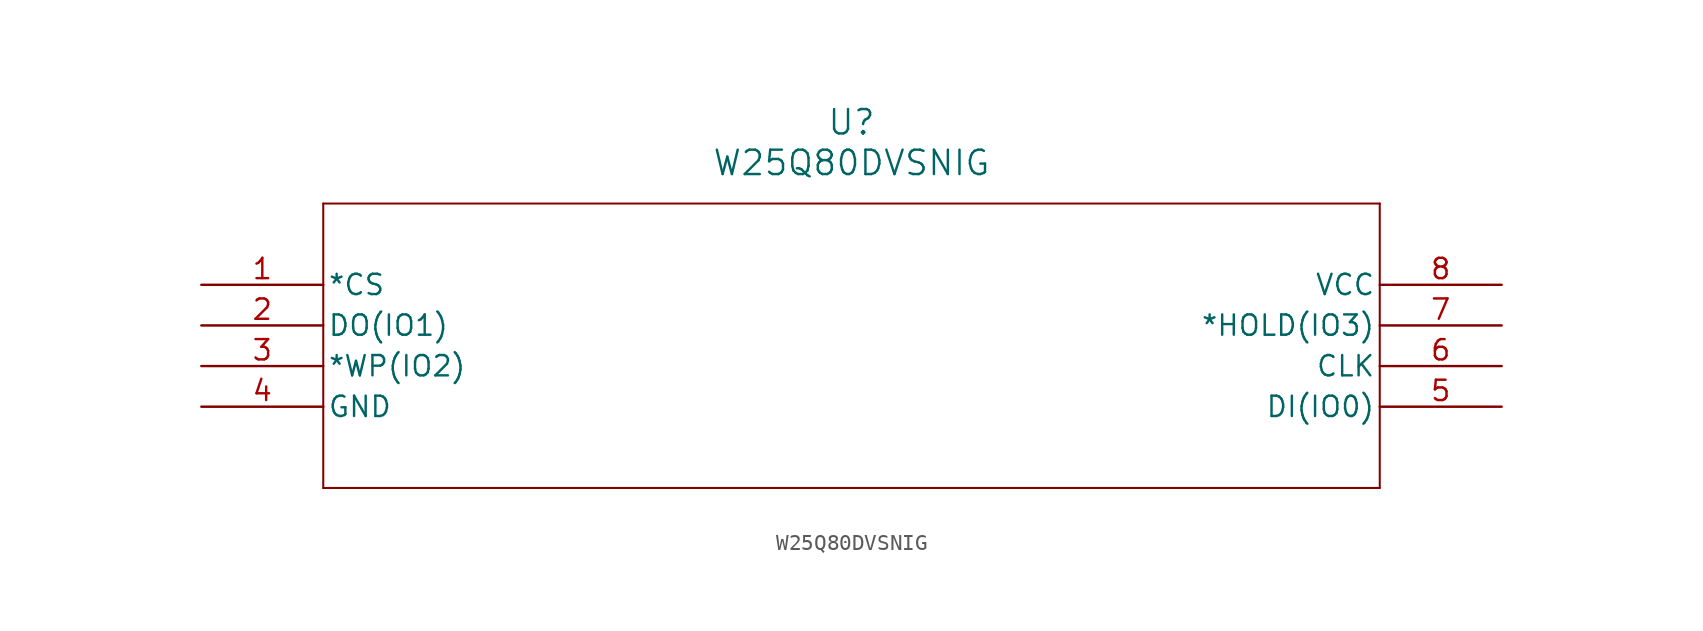
<source format=kicad_sym>
(kicad_symbol_lib
  (version 20231120)
  (generator "kicad_symbol_editor")
  (generator_version "8.0")
  (symbol "W25Q80DVSNIG"
    (pin_names
      (offset 0.254))
    (property "Reference" "U"
      (at 40.64 10.16 0)
      (effects (font (size 1.524 1.524))))
    (property "Value" "W25Q80DVSNIG"
      (at 40.64 7.62 0)
      (effects (font (size 1.524 1.524))))
    (property "ki_locked" ""
      (at 0 0 0)
      (effects (font (size 1.27 1.27))))
    (symbol "W25Q80DVSNIG_0_1"
      (polyline (pts (xy 7.62 -12.7) (xy 73.66 -12.7)) (stroke (width 0.127) (type default)) (fill (type none)))
      (polyline (pts (xy 7.62 5.08) (xy 7.62 -12.7)) (stroke (width 0.127) (type default)) (fill (type none)))
      (polyline (pts (xy 73.66 -12.7) (xy 73.66 5.08)) (stroke (width 0.127) (type default)) (fill (type none)))
      (polyline (pts (xy 73.66 5.08) (xy 7.62 5.08)) (stroke (width 0.127) (type default)) (fill (type none)))
      (pin input line (at 0 0 0) (length 7.62) (name "*CS" (effects (font (size 1.27 1.27)))) (number "1" (effects (font (size 1.27 1.27)))))
      (pin bidirectional line (at 0 -2.54 0) (length 7.62) (name "DO(IO1)" (effects (font (size 1.27 1.27)))) (number "2" (effects (font (size 1.27 1.27)))))
      (pin bidirectional line (at 0 -5.08 0) (length 7.62) (name "*WP(IO2)" (effects (font (size 1.27 1.27)))) (number "3" (effects (font (size 1.27 1.27)))))
      (pin power_in line (at 0 -7.62 0) (length 7.62) (name "GND" (effects (font (size 1.27 1.27)))) (number "4" (effects (font (size 1.27 1.27)))))
      (pin bidirectional line (at 81.28 -7.62 180) (length 7.62) (name "DI(IO0)" (effects (font (size 1.27 1.27)))) (number "5" (effects (font (size 1.27 1.27)))))
      (pin input line (at 81.28 -5.08 180) (length 7.62) (name "CLK" (effects (font (size 1.27 1.27)))) (number "6" (effects (font (size 1.27 1.27)))))
      (pin bidirectional line (at 81.28 -2.54 180) (length 7.62) (name "*HOLD(IO3)" (effects (font (size 1.27 1.27)))) (number "7" (effects (font (size 1.27 1.27)))))
      (pin power_in line (at 81.28 0 180) (length 7.62) (name "VCC" (effects (font (size 1.27 1.27)))) (number "8" (effects (font (size 1.27 1.27))))))))
</source>
